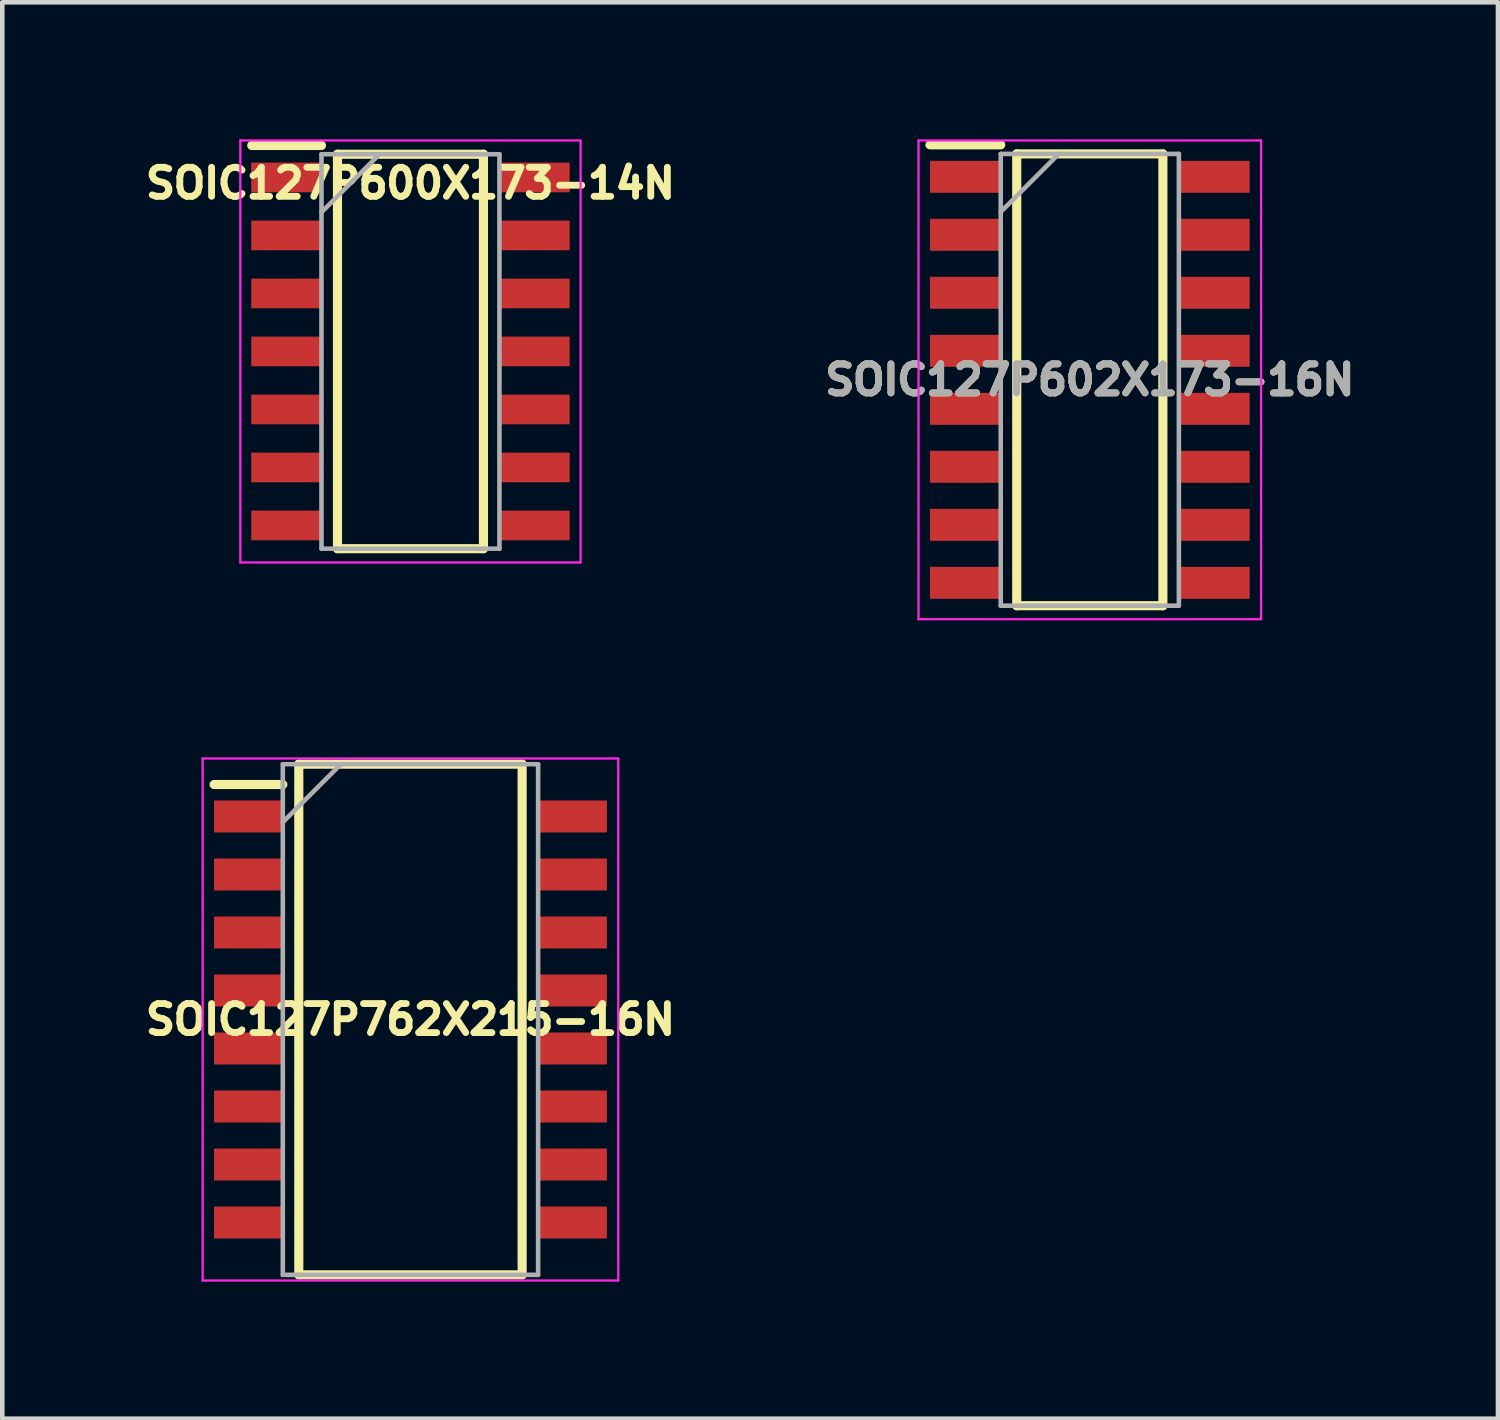
<source format=kicad_pcb>
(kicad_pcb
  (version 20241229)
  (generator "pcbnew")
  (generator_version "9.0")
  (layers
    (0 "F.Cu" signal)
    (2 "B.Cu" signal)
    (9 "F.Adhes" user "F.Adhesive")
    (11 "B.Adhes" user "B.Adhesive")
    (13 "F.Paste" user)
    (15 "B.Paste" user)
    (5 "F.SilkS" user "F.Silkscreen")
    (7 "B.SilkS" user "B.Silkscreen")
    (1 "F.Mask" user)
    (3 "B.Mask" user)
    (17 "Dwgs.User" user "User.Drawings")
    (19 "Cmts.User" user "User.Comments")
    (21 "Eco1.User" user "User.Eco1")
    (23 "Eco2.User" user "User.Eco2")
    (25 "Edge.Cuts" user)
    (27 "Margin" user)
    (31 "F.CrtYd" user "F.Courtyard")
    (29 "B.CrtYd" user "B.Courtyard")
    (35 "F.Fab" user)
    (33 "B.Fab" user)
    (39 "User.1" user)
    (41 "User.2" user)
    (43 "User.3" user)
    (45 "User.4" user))
  (footprint "SOIC127P600X173-14N"
    (layer "F.Cu")
    (at 5.937 4.645)
    (property "Reference" "SOIC127P600X173-14N" (at 0 -3.683 0) (layer "F.SilkS") (effects (font (size 0.635 0.635) (thickness 0.15))))
    (attr smd)
    (fp_line (start -3.475 -4.51) (end -1.948 -4.51) (stroke (width 0.2) (type solid)) (layer "F.SilkS"))
    (fp_line (start -1.598 -4.318) (end 1.598 -4.318) (stroke (width 0.2) (type solid)) (layer "F.SilkS"))
    (fp_line (start -1.598 4.318) (end -1.598 -4.318) (stroke (width 0.2) (type solid)) (layer "F.SilkS"))
    (fp_line (start 1.598 -4.318) (end 1.598 4.318) (stroke (width 0.2) (type solid)) (layer "F.SilkS"))
    (fp_line (start 1.598 4.318) (end -1.598 4.318) (stroke (width 0.2) (type solid)) (layer "F.SilkS"))
    (fp_line (start -3.725 -4.62) (end 3.725 -4.62) (stroke (width 0.05) (type solid)) (layer "F.CrtYd"))
    (fp_line (start -3.725 4.62) (end -3.725 -4.62) (stroke (width 0.05) (type solid)) (layer "F.CrtYd"))
    (fp_line (start 3.725 -4.62) (end 3.725 4.62) (stroke (width 0.05) (type solid)) (layer "F.CrtYd"))
    (fp_line (start 3.725 4.62) (end -3.725 4.62) (stroke (width 0.05) (type solid)) (layer "F.CrtYd"))
    (fp_line (start -1.948 -4.318) (end 1.948 -4.318) (stroke (width 0.1) (type solid)) (layer "F.Fab"))
    (fp_line (start -1.948 -3.048) (end -0.678 -4.318) (stroke (width 0.1) (type solid)) (layer "F.Fab"))
    (fp_line (start -1.948 4.318) (end -1.948 -4.318) (stroke (width 0.1) (type solid)) (layer "F.Fab"))
    (fp_line (start 1.948 -4.318) (end 1.948 4.318) (stroke (width 0.1) (type solid)) (layer "F.Fab"))
    (fp_line (start 1.948 4.318) (end -1.948 4.318) (stroke (width 0.1) (type solid)) (layer "F.Fab"))
    (pad "1" smd rect (at -2.711 -3.81 90) (size 0.65 1.55) (layers "F.Cu" "F.Mask" "F.Paste"))
    (pad "2" smd rect (at -2.711 -2.54 90) (size 0.65 1.55) (layers "F.Cu" "F.Mask" "F.Paste"))
    (pad "3" smd rect (at -2.711 -1.27 90) (size 0.65 1.55) (layers "F.Cu" "F.Mask" "F.Paste"))
    (pad "4" smd rect (at -2.711 0 90) (size 0.65 1.55) (layers "F.Cu" "F.Mask" "F.Paste"))
    (pad "5" smd rect (at -2.711 1.27 90) (size 0.65 1.55) (layers "F.Cu" "F.Mask" "F.Paste"))
    (pad "6" smd rect (at -2.711 2.54 90) (size 0.65 1.55) (layers "F.Cu" "F.Mask" "F.Paste"))
    (pad "7" smd rect (at -2.711 3.81 90) (size 0.65 1.55) (layers "F.Cu" "F.Mask" "F.Paste"))
    (pad "8" smd rect (at 2.711 3.81 90) (size 0.65 1.55) (layers "F.Cu" "F.Mask" "F.Paste"))
    (pad "9" smd rect (at 2.711 2.54 90) (size 0.65 1.55) (layers "F.Cu" "F.Mask" "F.Paste"))
    (pad "10" smd rect (at 2.711 1.27 90) (size 0.65 1.55) (layers "F.Cu" "F.Mask" "F.Paste"))
    (pad "11" smd rect (at 2.711 0 90) (size 0.65 1.55) (layers "F.Cu" "F.Mask" "F.Paste"))
    (pad "12" smd rect (at 2.711 -1.27 90) (size 0.65 1.55) (layers "F.Cu" "F.Mask" "F.Paste"))
    (pad "13" smd rect (at 2.711 -2.54 90) (size 0.65 1.55) (layers "F.Cu" "F.Mask" "F.Paste"))
    (pad "14" smd rect (at 2.711 -3.81 90) (size 0.65 1.55) (layers "F.Cu" "F.Mask" "F.Paste")))
  (footprint "SOIC127P602X173-16N"
    (layer "F.Cu")
    (at 20.811 5.266)
    (property "Reference" "SOIC127P602X173-16N" (at 0 0 0) (layer "F.SilkS") (effects (font (size 0.635 0.635) (thickness 0.15))))
    (attr smd)
    (fp_line (start -3.5 -5.145) (end -1.95 -5.145) (stroke (width 0.2) (type solid)) (layer "F.SilkS"))
    (fp_line (start -1.6 -4.946) (end 1.6 -4.946) (stroke (width 0.2) (type solid)) (layer "F.SilkS"))
    (fp_line (start -1.6 4.946) (end -1.6 -4.946) (stroke (width 0.2) (type solid)) (layer "F.SilkS"))
    (fp_line (start 1.6 -4.946) (end 1.6 4.946) (stroke (width 0.2) (type solid)) (layer "F.SilkS"))
    (fp_line (start 1.6 4.946) (end -1.6 4.946) (stroke (width 0.2) (type solid)) (layer "F.SilkS"))
    (fp_line (start -3.75 -5.241) (end 3.75 -5.241) (stroke (width 0.05) (type solid)) (layer "F.CrtYd"))
    (fp_line (start -3.75 5.241) (end -3.75 -5.241) (stroke (width 0.05) (type solid)) (layer "F.CrtYd"))
    (fp_line (start 3.75 -5.241) (end 3.75 5.241) (stroke (width 0.05) (type solid)) (layer "F.CrtYd"))
    (fp_line (start 3.75 5.241) (end -3.75 5.241) (stroke (width 0.05) (type solid)) (layer "F.CrtYd"))
    (fp_line (start -1.95 -4.946) (end 1.95 -4.946) (stroke (width 0.1) (type solid)) (layer "F.Fab"))
    (fp_line (start -1.95 -3.676) (end -0.68 -4.946) (stroke (width 0.1) (type solid)) (layer "F.Fab"))
    (fp_line (start -1.95 4.946) (end -1.95 -4.946) (stroke (width 0.1) (type solid)) (layer "F.Fab"))
    (fp_line (start 1.95 -4.946) (end 1.95 4.946) (stroke (width 0.1) (type solid)) (layer "F.Fab"))
    (fp_line (start 1.95 4.946) (end -1.95 4.946) (stroke (width 0.1) (type solid)) (layer "F.Fab"))
    (fp_text user "${REFERENCE}" (at 0 0 0) (layer "F.Fab") (effects (font (size 0.635 0.635) (thickness 0.15))))
    (pad "1" smd rect (at -2.725 -4.445 90) (size 0.7 1.55) (layers "F.Cu" "F.Mask" "F.Paste"))
    (pad "2" smd rect (at -2.725 -3.175 90) (size 0.7 1.55) (layers "F.Cu" "F.Mask" "F.Paste"))
    (pad "3" smd rect (at -2.725 -1.905 90) (size 0.7 1.55) (layers "F.Cu" "F.Mask" "F.Paste"))
    (pad "4" smd rect (at -2.725 -0.635 90) (size 0.7 1.55) (layers "F.Cu" "F.Mask" "F.Paste"))
    (pad "5" smd rect (at -2.725 0.635 90) (size 0.7 1.55) (layers "F.Cu" "F.Mask" "F.Paste"))
    (pad "6" smd rect (at -2.725 1.905 90) (size 0.7 1.55) (layers "F.Cu" "F.Mask" "F.Paste"))
    (pad "7" smd rect (at -2.725 3.175 90) (size 0.7 1.55) (layers "F.Cu" "F.Mask" "F.Paste"))
    (pad "8" smd rect (at -2.725 4.445 90) (size 0.7 1.55) (layers "F.Cu" "F.Mask" "F.Paste"))
    (pad "9" smd rect (at 2.725 4.445 90) (size 0.7 1.55) (layers "F.Cu" "F.Mask" "F.Paste"))
    (pad "10" smd rect (at 2.725 3.175 90) (size 0.7 1.55) (layers "F.Cu" "F.Mask" "F.Paste"))
    (pad "11" smd rect (at 2.725 1.905 90) (size 0.7 1.55) (layers "F.Cu" "F.Mask" "F.Paste"))
    (pad "12" smd rect (at 2.725 0.635 90) (size 0.7 1.55) (layers "F.Cu" "F.Mask" "F.Paste"))
    (pad "13" smd rect (at 2.725 -0.635 90) (size 0.7 1.55) (layers "F.Cu" "F.Mask" "F.Paste"))
    (pad "14" smd rect (at 2.725 -1.905 90) (size 0.7 1.55) (layers "F.Cu" "F.Mask" "F.Paste"))
    (pad "15" smd rect (at 2.725 -3.175 90) (size 0.7 1.55) (layers "F.Cu" "F.Mask" "F.Paste"))
    (pad "16" smd rect (at 2.725 -4.445 90) (size 0.7 1.55) (layers "F.Cu" "F.Mask" "F.Paste")))
  (footprint "SOIC127P762X215-16N"
    (layer "F.Cu")
    (at 5.937 19.272)
    (property "Reference" "SOIC127P762X215-16N" (at 0 0 0) (layer "F.SilkS") (effects (font (size 0.635 0.635) (thickness 0.15))))
    (attr smd)
    (fp_line (start -4.3 -5.145) (end -2.795 -5.145) (stroke (width 0.2) (type solid)) (layer "F.SilkS"))
    (fp_line (start -2.445 -5.59) (end 2.445 -5.59) (stroke (width 0.2) (type solid)) (layer "F.SilkS"))
    (fp_line (start -2.445 5.59) (end -2.445 -5.59) (stroke (width 0.2) (type solid)) (layer "F.SilkS"))
    (fp_line (start 2.445 -5.59) (end 2.445 5.59) (stroke (width 0.2) (type solid)) (layer "F.SilkS"))
    (fp_line (start 2.445 5.59) (end -2.445 5.59) (stroke (width 0.2) (type solid)) (layer "F.SilkS"))
    (fp_line (start -4.55 -5.715) (end 4.55 -5.715) (stroke (width 0.05) (type solid)) (layer "F.CrtYd"))
    (fp_line (start -4.55 5.715) (end -4.55 -5.715) (stroke (width 0.05) (type solid)) (layer "F.CrtYd"))
    (fp_line (start 4.55 -5.715) (end 4.55 5.715) (stroke (width 0.05) (type solid)) (layer "F.CrtYd"))
    (fp_line (start 4.55 5.715) (end -4.55 5.715) (stroke (width 0.05) (type solid)) (layer "F.CrtYd"))
    (fp_line (start -2.795 -5.59) (end 2.795 -5.59) (stroke (width 0.1) (type solid)) (layer "F.Fab"))
    (fp_line (start -2.795 -4.32) (end -1.525 -5.59) (stroke (width 0.1) (type solid)) (layer "F.Fab"))
    (fp_line (start -2.795 5.59) (end -2.795 -5.59) (stroke (width 0.1) (type solid)) (layer "F.Fab"))
    (fp_line (start 2.795 -5.59) (end 2.795 5.59) (stroke (width 0.1) (type solid)) (layer "F.Fab"))
    (fp_line (start 2.795 5.59) (end -2.795 5.59) (stroke (width 0.1) (type solid)) (layer "F.Fab"))
    (pad "1" smd rect (at -3.548 -4.445 90) (size 0.7 1.505) (layers "F.Cu" "F.Mask" "F.Paste"))
    (pad "2" smd rect (at -3.548 -3.175 90) (size 0.7 1.505) (layers "F.Cu" "F.Mask" "F.Paste"))
    (pad "3" smd rect (at -3.548 -1.905 90) (size 0.7 1.505) (layers "F.Cu" "F.Mask" "F.Paste"))
    (pad "4" smd rect (at -3.548 -0.635 90) (size 0.7 1.505) (layers "F.Cu" "F.Mask" "F.Paste"))
    (pad "5" smd rect (at -3.548 0.635 90) (size 0.7 1.505) (layers "F.Cu" "F.Mask" "F.Paste"))
    (pad "6" smd rect (at -3.548 1.905 90) (size 0.7 1.505) (layers "F.Cu" "F.Mask" "F.Paste"))
    (pad "7" smd rect (at -3.548 3.175 90) (size 0.7 1.505) (layers "F.Cu" "F.Mask" "F.Paste"))
    (pad "8" smd rect (at -3.548 4.445 90) (size 0.7 1.505) (layers "F.Cu" "F.Mask" "F.Paste"))
    (pad "9" smd rect (at 3.548 4.445 90) (size 0.7 1.505) (layers "F.Cu" "F.Mask" "F.Paste"))
    (pad "10" smd rect (at 3.548 3.175 90) (size 0.7 1.505) (layers "F.Cu" "F.Mask" "F.Paste"))
    (pad "11" smd rect (at 3.548 1.905 90) (size 0.7 1.505) (layers "F.Cu" "F.Mask" "F.Paste"))
    (pad "12" smd rect (at 3.548 0.635 90) (size 0.7 1.505) (layers "F.Cu" "F.Mask" "F.Paste"))
    (pad "13" smd rect (at 3.548 -0.635 90) (size 0.7 1.505) (layers "F.Cu" "F.Mask" "F.Paste"))
    (pad "14" smd rect (at 3.548 -1.905 90) (size 0.7 1.505) (layers "F.Cu" "F.Mask" "F.Paste"))
    (pad "15" smd rect (at 3.548 -3.175 90) (size 0.7 1.505) (layers "F.Cu" "F.Mask" "F.Paste"))
    (pad "16" smd rect (at 3.548 -4.445 90) (size 0.7 1.505) (layers "F.Cu" "F.Mask" "F.Paste")))
  (gr_rect
    (start -3 -3)
    (end 29.748 28.012)
    (stroke (width 0.1) (type default))
    (fill no)
    (layer "Edge.Cuts")))
</source>
